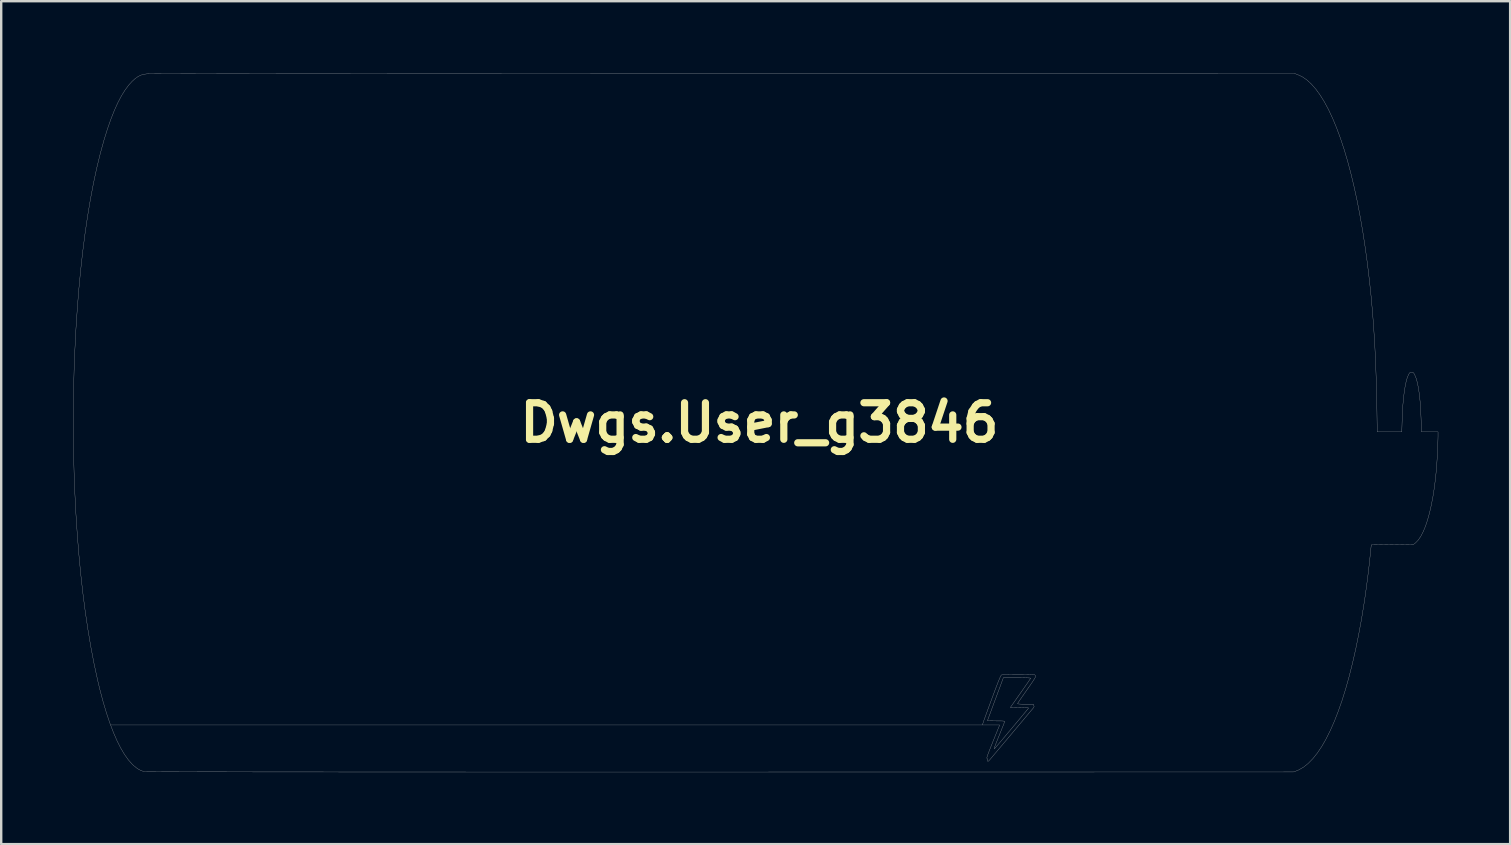
<source format=kicad_pcb>
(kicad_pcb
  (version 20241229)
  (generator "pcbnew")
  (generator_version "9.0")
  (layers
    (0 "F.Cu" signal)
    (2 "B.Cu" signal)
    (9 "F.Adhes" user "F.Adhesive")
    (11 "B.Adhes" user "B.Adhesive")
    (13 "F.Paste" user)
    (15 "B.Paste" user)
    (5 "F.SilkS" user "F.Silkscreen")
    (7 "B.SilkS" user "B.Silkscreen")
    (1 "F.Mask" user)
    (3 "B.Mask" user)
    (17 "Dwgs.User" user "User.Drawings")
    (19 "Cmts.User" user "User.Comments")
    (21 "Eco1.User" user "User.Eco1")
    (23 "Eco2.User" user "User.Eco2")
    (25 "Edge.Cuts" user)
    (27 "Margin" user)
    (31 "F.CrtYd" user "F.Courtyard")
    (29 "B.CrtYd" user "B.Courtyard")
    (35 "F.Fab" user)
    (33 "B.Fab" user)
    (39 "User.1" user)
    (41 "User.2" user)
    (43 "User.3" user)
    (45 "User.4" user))
  (footprint "Dwgs.User_g3846"
    (layer "F.Cu")
    (at 28.597 14.567)
    (property "Reference" "Dwgs.User_g3846" (at 0 0 0) (layer "F.SilkS") (effects (font (size 1.524 1.524) (thickness 0.3))))
    (attr through_hole)
    (fp_poly (pts (xy 10.884 10.626) (xy 11.019 10.628) (xy 11.134 10.631) (xy 11.224 10.634) (xy 11.282 10.638) (xy 11.303 10.643) (xy 11.303 10.643) (xy 11.291 10.664) (xy 11.258 10.715) (xy 11.206 10.793) (xy 11.137 10.893) (xy 11.055 11.011) (xy 10.963 11.144) (xy 10.88 11.262) (xy 10.457 11.864) (xy 10.838 11.87) (xy 10.959 11.872) (xy 11.065 11.875) (xy 11.148 11.879) (xy 11.201 11.883) (xy 11.218 11.887) (xy 11.205 11.904) (xy 11.168 11.95) (xy 11.109 12.021) (xy 11.033 12.114) (xy 10.942 12.223) (xy 10.839 12.347) (xy 10.727 12.481) (xy 10.61 12.621) (xy 10.49 12.763) (xy 10.371 12.905) (xy 10.256 13.042) (xy 10.148 13.171) (xy 10.05 13.287) (xy 9.965 13.387) (xy 9.896 13.468) (xy 9.846 13.525) (xy 9.819 13.556) (xy 9.819 13.557) (xy 9.79 13.58) (xy 9.779 13.576) (xy 9.787 13.552) (xy 9.808 13.493) (xy 9.842 13.406) (xy 9.885 13.296) (xy 9.936 13.167) (xy 9.993 13.027) (xy 9.993 13.027) (xy 10.05 12.885) (xy 10.102 12.755) (xy 10.148 12.642) (xy 10.183 12.552) (xy 10.207 12.49) (xy 10.218 12.462) (xy 10.219 12.448) (xy 10.209 12.439) (xy 10.183 12.432) (xy 10.136 12.428) (xy 10.06 12.426) (xy 9.952 12.425) (xy 9.866 12.425) (xy 9.748 12.424) (xy 9.645 12.423) (xy 9.566 12.421) (xy 9.517 12.418) (xy 9.504 12.416) (xy 9.511 12.395) (xy 9.531 12.338) (xy 9.563 12.25) (xy 9.606 12.135) (xy 9.657 11.997) (xy 9.715 11.84) (xy 9.778 11.668) (xy 9.813 11.575) (xy 9.88 11.395) (xy 9.943 11.225) (xy 10 11.071) (xy 10.05 10.936) (xy 10.091 10.825) (xy 10.121 10.743) (xy 10.139 10.694) (xy 10.143 10.684) (xy 10.164 10.626) (xy 10.734 10.626) (xy 10.884 10.626)) (stroke (width 0.01) (type solid)) (fill no) (layer "Dwgs.User"))
    (fp_poly (pts (xy 22.419 -14.512) (xy 22.615 -14.421) (xy 22.808 -14.29) (xy 22.997 -14.117) (xy 23.184 -13.906) (xy 23.366 -13.655) (xy 23.545 -13.367) (xy 23.719 -13.043) (xy 23.888 -12.682) (xy 24.052 -12.287) (xy 24.211 -11.858) (xy 24.364 -11.395) (xy 24.511 -10.901) (xy 24.651 -10.375) (xy 24.784 -9.819) (xy 24.911 -9.234) (xy 25.029 -8.62) (xy 25.141 -7.979) (xy 25.243 -7.311) (xy 25.338 -6.618) (xy 25.346 -6.551) (xy 25.424 -5.892) (xy 25.493 -5.231) (xy 25.553 -4.562) (xy 25.603 -3.881) (xy 25.646 -3.18) (xy 25.68 -2.456) (xy 25.706 -1.703) (xy 25.725 -0.916) (xy 25.731 -0.577) (xy 25.745 0.381) (xy 26.769 0.381) (xy 26.783 -0.111) (xy 26.795 -0.44) (xy 26.815 -0.748) (xy 26.841 -1.033) (xy 26.872 -1.292) (xy 26.909 -1.521) (xy 26.951 -1.718) (xy 26.997 -1.88) (xy 27.048 -2.002) (xy 27.058 -2.022) (xy 27.093 -2.075) (xy 27.126 -2.1) (xy 27.174 -2.106) (xy 27.179 -2.106) (xy 27.221 -2.103) (xy 27.251 -2.087) (xy 27.278 -2.05) (xy 27.31 -1.99) (xy 27.368 -1.847) (xy 27.419 -1.663) (xy 27.463 -1.441) (xy 27.501 -1.18) (xy 27.532 -0.884) (xy 27.555 -0.553) (xy 27.571 -0.188) (xy 27.573 -0.111) (xy 27.587 0.381) (xy 28.279 0.381) (xy 28.279 0.556) (xy 28.277 0.657) (xy 28.273 0.791) (xy 28.267 0.95) (xy 28.26 1.124) (xy 28.251 1.305) (xy 28.242 1.482) (xy 28.232 1.649) (xy 28.222 1.795) (xy 28.215 1.894) (xy 28.174 2.314) (xy 28.124 2.711) (xy 28.065 3.086) (xy 27.998 3.435) (xy 27.924 3.756) (xy 27.843 4.048) (xy 27.756 4.309) (xy 27.663 4.535) (xy 27.564 4.726) (xy 27.462 4.879) (xy 27.355 4.992) (xy 27.34 5.005) (xy 27.259 5.069) (xy 26.378 5.08) (xy 25.496 5.091) (xy 25.449 5.552) (xy 25.407 5.943) (xy 25.358 6.358) (xy 25.303 6.782) (xy 25.246 7.196) (xy 25.197 7.525) (xy 25.088 8.194) (xy 24.97 8.834) (xy 24.846 9.445) (xy 24.713 10.026) (xy 24.574 10.577) (xy 24.428 11.095) (xy 24.276 11.582) (xy 24.117 12.034) (xy 23.953 12.453) (xy 23.784 12.836) (xy 23.61 13.183) (xy 23.431 13.494) (xy 23.247 13.767) (xy 23.06 14.001) (xy 22.869 14.196) (xy 22.675 14.351) (xy 22.478 14.465) (xy 22.391 14.502) (xy 22.257 14.552) (xy -1.64 14.555) (xy -2.646 14.555) (xy -3.642 14.555) (xy -4.626 14.555) (xy -5.599 14.555) (xy -6.559 14.555) (xy -7.506 14.555) (xy -8.438 14.555) (xy -9.355 14.555) (xy -10.256 14.555) (xy -11.14 14.555) (xy -12.007 14.555) (xy -12.855 14.554) (xy -13.683 14.554) (xy -14.491 14.554) (xy -15.278 14.554) (xy -16.043 14.553) (xy -16.785 14.553) (xy -17.504 14.553) (xy -18.198 14.552) (xy -18.867 14.552) (xy -19.509 14.551) (xy -20.125 14.551) (xy -20.712 14.551) (xy -21.271 14.55) (xy -21.8 14.55) (xy -22.299 14.549) (xy -22.766 14.548) (xy -23.202 14.548) (xy -23.604 14.547) (xy -23.972 14.547) (xy -24.306 14.546) (xy -24.604 14.545) (xy -24.866 14.545) (xy -25.091 14.544) (xy -25.277 14.543) (xy -25.425 14.543) (xy -25.533 14.542) (xy -25.6 14.541) (xy -25.626 14.541) (xy -25.626 14.541) (xy -25.774 14.494) (xy -25.921 14.412) (xy -26.072 14.292) (xy -26.132 14.235) (xy -26.298 14.049) (xy -26.46 13.821) (xy -26.619 13.552) (xy -26.774 13.244) (xy -26.925 12.895) (xy -27.039 12.594) (xy 9.297 12.594) (xy 10.012 12.594) (xy 9.979 12.674) (xy 9.963 12.713) (xy 9.933 12.786) (xy 9.892 12.887) (xy 9.842 13.01) (xy 9.785 13.151) (xy 9.724 13.303) (xy 9.7 13.364) (xy 9.631 13.536) (xy 9.576 13.674) (xy 9.535 13.78) (xy 9.507 13.86) (xy 9.488 13.916) (xy 9.48 13.954) (xy 9.479 13.978) (xy 9.485 13.991) (xy 9.49 13.995) (xy 9.513 14.02) (xy 9.504 14.054) (xy 9.498 14.091) (xy 9.519 14.107) (xy 9.554 14.094) (xy 9.559 14.089) (xy 9.577 14.069) (xy 9.619 14.02) (xy 9.684 13.943) (xy 9.769 13.842) (xy 9.872 13.72) (xy 9.991 13.579) (xy 10.123 13.422) (xy 10.267 13.252) (xy 10.419 13.071) (xy 10.491 12.985) (xy 10.646 12.8) (xy 10.794 12.624) (xy 10.932 12.46) (xy 11.058 12.31) (xy 11.169 12.177) (xy 11.264 12.064) (xy 11.339 11.975) (xy 11.393 11.91) (xy 11.423 11.874) (xy 11.428 11.868) (xy 11.446 11.828) (xy 11.434 11.78) (xy 11.434 11.779) (xy 11.41 11.726) (xy 11.079 11.726) (xy 10.95 11.726) (xy 10.859 11.723) (xy 10.8 11.719) (xy 10.768 11.712) (xy 10.758 11.702) (xy 10.759 11.699) (xy 10.773 11.675) (xy 10.809 11.621) (xy 10.863 11.542) (xy 10.932 11.441) (xy 11.014 11.324) (xy 11.104 11.194) (xy 11.144 11.137) (xy 11.253 10.981) (xy 11.34 10.855) (xy 11.406 10.757) (xy 11.453 10.682) (xy 11.485 10.627) (xy 11.502 10.588) (xy 11.507 10.562) (xy 11.506 10.554) (xy 11.478 10.509) (xy 11.446 10.491) (xy 11.413 10.488) (xy 11.344 10.485) (xy 11.244 10.482) (xy 11.118 10.48) (xy 10.974 10.479) (xy 10.816 10.478) (xy 10.774 10.478) (xy 10.576 10.479) (xy 10.418 10.48) (xy 10.295 10.483) (xy 10.204 10.488) (xy 10.141 10.494) (xy 10.104 10.502) (xy 10.097 10.505) (xy 10.082 10.516) (xy 10.066 10.537) (xy 10.046 10.571) (xy 10.022 10.623) (xy 9.991 10.694) (xy 9.953 10.789) (xy 9.906 10.91) (xy 9.848 11.061) (xy 9.78 11.244) (xy 9.698 11.465) (xy 9.691 11.484) (xy 9.619 11.677) (xy 9.552 11.861) (xy 9.49 12.03) (xy 9.435 12.181) (xy 9.389 12.309) (xy 9.352 12.411) (xy 9.328 12.481) (xy 9.317 12.515) (xy 9.297 12.594) (xy -27.039 12.594) (xy -27.072 12.508) (xy -27.214 12.083) (xy -27.352 11.62) (xy -27.484 11.121) (xy -27.58 10.721) (xy -27.726 10.049) (xy -27.86 9.347) (xy -27.983 8.618) (xy -28.095 7.864) (xy -28.195 7.089) (xy -28.284 6.293) (xy -28.361 5.481) (xy -28.427 4.653) (xy -28.482 3.813) (xy -28.526 2.963) (xy -28.559 2.106) (xy -28.581 1.244) (xy -28.592 0.379) (xy -28.592 -0.486) (xy -28.581 -1.349) (xy -28.559 -2.207) (xy -28.526 -3.057) (xy -28.483 -3.898) (xy -28.428 -4.727) (xy -28.364 -5.541) (xy -28.288 -6.339) (xy -28.202 -7.116) (xy -28.105 -7.872) (xy -27.998 -8.603) (xy -27.88 -9.308) (xy -27.752 -9.983) (xy -27.613 -10.627) (xy -27.464 -11.236) (xy -27.305 -11.809) (xy -27.168 -12.245) (xy -27.028 -12.647) (xy -26.885 -13.007) (xy -26.741 -13.328) (xy -26.593 -13.611) (xy -26.442 -13.856) (xy -26.287 -14.066) (xy -26.142 -14.226) (xy -26.011 -14.345) (xy -25.888 -14.431) (xy -25.763 -14.49) (xy -25.625 -14.526) (xy -25.477 -14.544) (xy -25.447 -14.545) (xy -25.376 -14.546) (xy -25.263 -14.546) (xy -25.111 -14.547) (xy -24.92 -14.548) (xy -24.692 -14.548) (xy -24.425 -14.549) (xy -24.123 -14.549) (xy -23.785 -14.55) (xy -23.412 -14.551) (xy -23.006 -14.551) (xy -22.566 -14.552) (xy -22.095 -14.552) (xy -21.592 -14.553) (xy -21.06 -14.554) (xy -20.497 -14.554) (xy -19.906 -14.555) (xy -19.287 -14.555) (xy -18.641 -14.556) (xy -17.969 -14.556) (xy -17.272 -14.556) (xy -16.551 -14.557) (xy -15.806 -14.557) (xy -15.038 -14.558) (xy -14.249 -14.558) (xy -13.439 -14.558) (xy -12.608 -14.559) (xy -11.759 -14.559) (xy -10.891 -14.559) (xy -10.005 -14.56) (xy -9.103 -14.56) (xy -8.185 -14.56) (xy -7.252 -14.56) (xy -6.305 -14.561) (xy -5.345 -14.561) (xy -4.372 -14.561) (xy -3.388 -14.561) (xy -2.393 -14.561) (xy -1.492 -14.561) (xy 22.278 -14.562) (xy 22.419 -14.512)) (stroke (width 0.01) (type solid)) (fill no) (layer "Dwgs.User")))
  (gr_rect
    (start -3 -3)
    (end 59.881 32.127)
    (stroke (width 0.1) (type default))
    (fill no)
    (layer "Edge.Cuts")))
</source>
